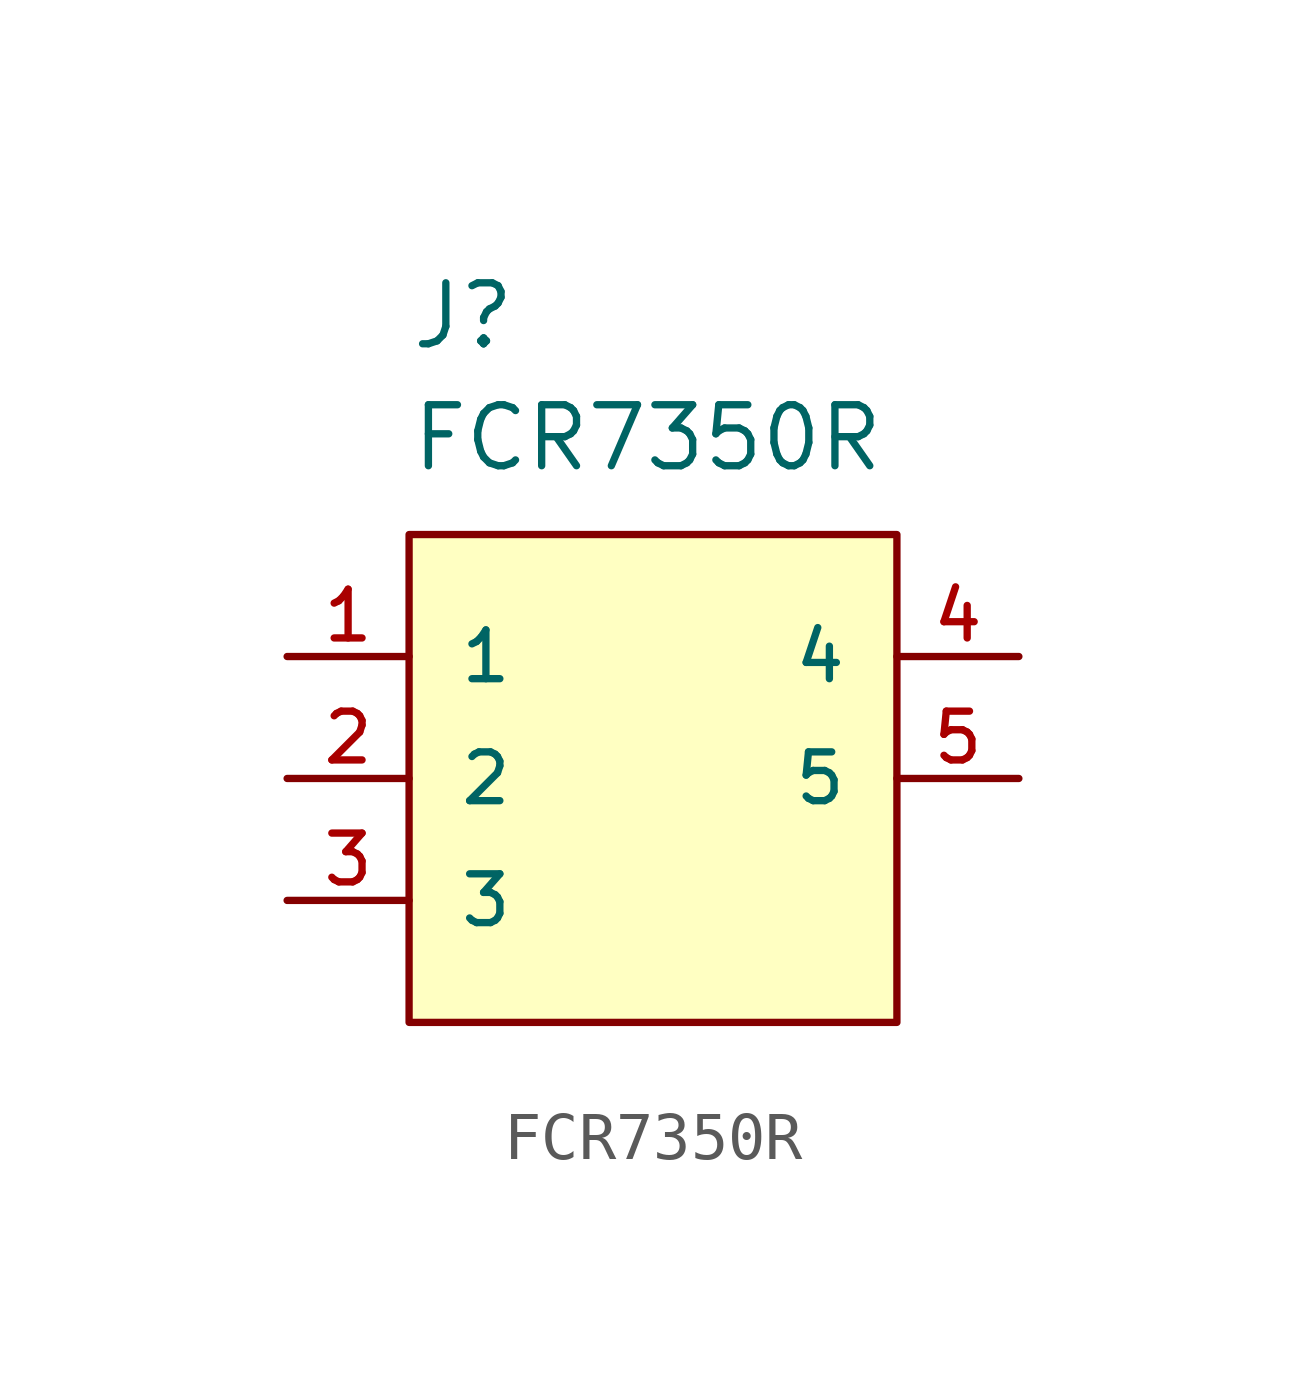
<source format=kicad_sym>
(kicad_symbol_lib
  (version 20211014)
  (generator kicad_symbol_editor)
  (symbol "FCR7350R"
    (pin_names
      (offset 1.016))
    (property "Reference" "J"
      (at -5.08 8.89 0)
      (effects (font (size 1.27 1.27)) (justify left bottom)))
    (property "Value" "FCR7350R"
      (at -5.08 6.35 0)
      (effects (font (size 1.27 1.27)) (justify left bottom)))
    (symbol "FCR7350R_0_0"
      (rectangle (start -5.08 5.08) (end 5.08 -5.08) (stroke (width 0) (type default) (color 0 0 0 0)) (fill (type background)))
      (pin passive line (at -7.62 2.54 0) (length 2.54) (name "1" (effects (font (size 1.016 1.016)))) (number "1" (effects (font (size 1.016 1.016)))))
      (pin passive line (at -7.62 0 0) (length 2.54) (name "2" (effects (font (size 1.016 1.016)))) (number "2" (effects (font (size 1.016 1.016)))))
      (pin passive line (at -7.62 -2.54 0) (length 2.54) (name "3" (effects (font (size 1.016 1.016)))) (number "3" (effects (font (size 1.016 1.016)))))
      (pin passive line (at 7.62 2.54 180) (length 2.54) (name "4" (effects (font (size 1.016 1.016)))) (number "4" (effects (font (size 1.016 1.016)))))
      (pin passive line (at 7.62 0 180) (length 2.54) (name "5" (effects (font (size 1.016 1.016)))) (number "5" (effects (font (size 1.016 1.016))))))))
</source>
